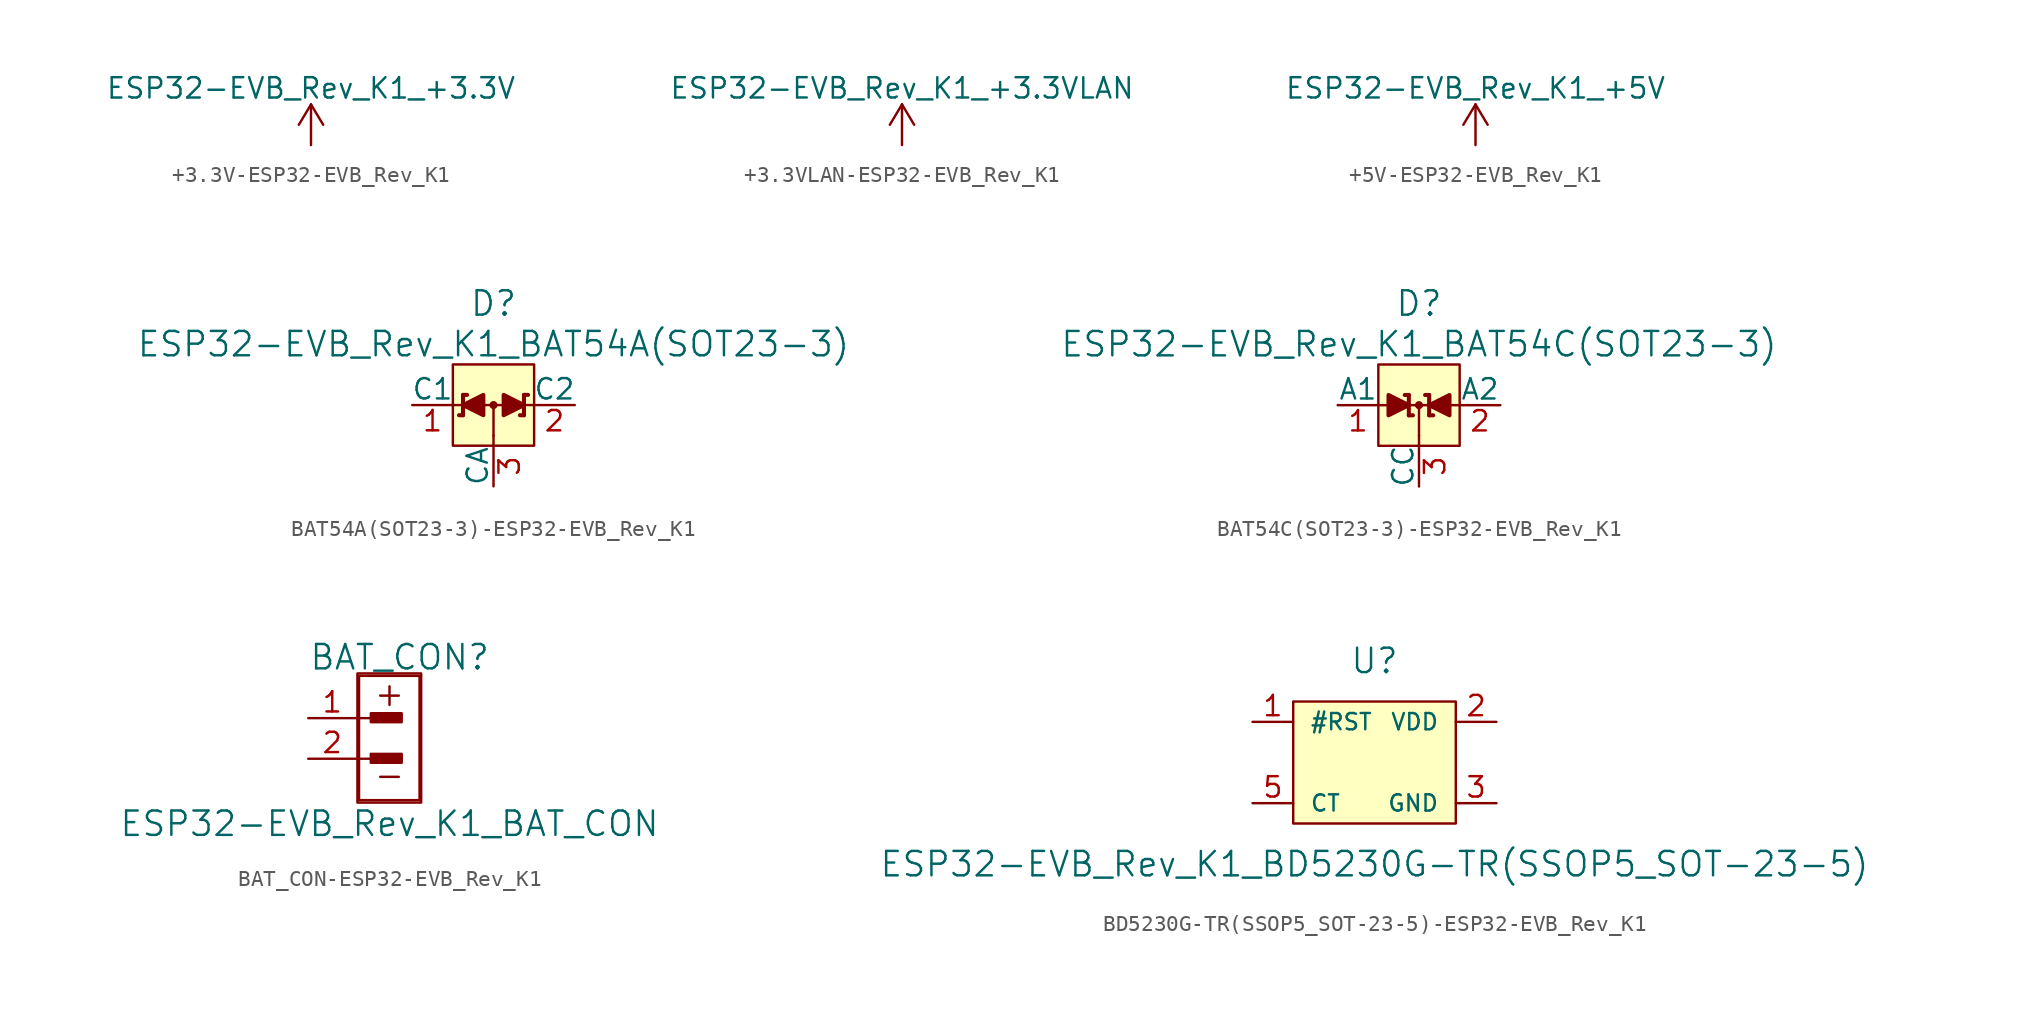
<source format=kicad_sym>
(kicad_symbol_lib
  (version 20231120)
  (generator "kicad_symbol_editor")
  (generator_version "8.0")
  (symbol "+3.3V-ESP32-EVB_Rev_K1"
    (power)
    (pin_names
      (offset 0))
    (property "Reference" "#PWR"
      (at 0 -3.81 0)
      (effects (font (size 1.27 1.27)) (hide yes)))
    (property "Value" "ESP32-EVB_Rev_K1_+3.3V"
      (at 0 3.556 0)
      (effects (font (size 1.27 1.27))))
    (property "Footprint" ""
      (at 0 0 0)
      (effects (font (size 1.524 1.524))))
    (property "Datasheet" ""
      (at 0 0 0)
      (effects (font (size 1.524 1.524))))
    (symbol "+3.3V-ESP32-EVB_Rev_K1_0_1"
      (polyline (pts (xy -0.762 1.27) (xy 0 2.54)) (stroke (width 0) (type solid)) (fill (type none)))
      (polyline (pts (xy 0 0) (xy 0 2.54)) (stroke (width 0) (type solid)) (fill (type none)))
      (polyline (pts (xy 0 2.54) (xy 0.762 1.27)) (stroke (width 0) (type solid)) (fill (type none))))
    (symbol "+3.3V-ESP32-EVB_Rev_K1_1_1"
      (pin power_in line (at 0 0 90) (length 0) hide (name "+3.3V" (effects (font (size 1.27 1.27)))) (number "1" (effects (font (size 1.27 1.27)))))))
  (symbol "+3.3VLAN-ESP32-EVB_Rev_K1"
    (power)
    (pin_names
      (offset 0))
    (property "Reference" "#PWR"
      (at 0 -3.81 0)
      (effects (font (size 1.27 1.27)) (hide yes)))
    (property "Value" "ESP32-EVB_Rev_K1_+3.3VLAN"
      (at 0 3.556 0)
      (effects (font (size 1.27 1.27))))
    (property "Footprint" ""
      (at 0 0 0)
      (effects (font (size 1.524 1.524))))
    (property "Datasheet" ""
      (at 0 0 0)
      (effects (font (size 1.524 1.524))))
    (symbol "+3.3VLAN-ESP32-EVB_Rev_K1_0_1"
      (polyline (pts (xy -0.762 1.27) (xy 0 2.54)) (stroke (width 0) (type solid)) (fill (type none)))
      (polyline (pts (xy 0 0) (xy 0 2.54)) (stroke (width 0) (type solid)) (fill (type none)))
      (polyline (pts (xy 0 2.54) (xy 0.762 1.27)) (stroke (width 0) (type solid)) (fill (type none))))
    (symbol "+3.3VLAN-ESP32-EVB_Rev_K1_1_1"
      (pin power_in line (at 0 0 90) (length 0) hide (name "+3.3VLAN" (effects (font (size 1.27 1.27)))) (number "1" (effects (font (size 1.27 1.27)))))))
  (symbol "+5V-ESP32-EVB_Rev_K1"
    (power)
    (pin_names
      (offset 0))
    (property "Reference" "#PWR"
      (at 0 -3.81 0)
      (effects (font (size 1.27 1.27)) (hide yes)))
    (property "Value" "ESP32-EVB_Rev_K1_+5V"
      (at 0 3.556 0)
      (effects (font (size 1.27 1.27))))
    (property "Footprint" ""
      (at 0 0 0)
      (effects (font (size 1.524 1.524))))
    (property "Datasheet" ""
      (at 0 0 0)
      (effects (font (size 1.524 1.524))))
    (symbol "+5V-ESP32-EVB_Rev_K1_0_1"
      (polyline (pts (xy -0.762 1.27) (xy 0 2.54)) (stroke (width 0) (type solid)) (fill (type none)))
      (polyline (pts (xy 0 0) (xy 0 2.54)) (stroke (width 0) (type solid)) (fill (type none)))
      (polyline (pts (xy 0 2.54) (xy 0.762 1.27)) (stroke (width 0) (type solid)) (fill (type none))))
    (symbol "+5V-ESP32-EVB_Rev_K1_1_1"
      (pin power_in line (at 0 0 90) (length 0) hide (name "+5V" (effects (font (size 1.27 1.27)))) (number "1" (effects (font (size 1.27 1.27)))))))
  (symbol "BAT54A(SOT23-3)-ESP32-EVB_Rev_K1"
    (pin_names
      (offset 0))
    (property "Reference" "D"
      (at 0 6.35 0)
      (effects (font (size 1.524 1.524))))
    (property "Value" "ESP32-EVB_Rev_K1_BAT54A(SOT23-3)"
      (at 0 3.81 0)
      (effects (font (size 1.524 1.524))))
    (symbol "BAT54A(SOT23-3)-ESP32-EVB_Rev_K1_0_1"
      (polyline (pts (xy -2.54 0) (xy 2.54 0)) (stroke (width 0) (type solid)) (fill (type none)))
      (polyline (pts (xy -1.905 -0.635) (xy -2.159 -0.635)) (stroke (width 0.254) (type solid)) (fill (type none)))
      (polyline (pts (xy -1.905 0.635) (xy -1.905 -0.635)) (stroke (width 0.254) (type solid)) (fill (type none)))
      (polyline (pts (xy -1.651 0.635) (xy -1.905 0.635)) (stroke (width 0.254) (type solid)) (fill (type none)))
      (polyline (pts (xy 0 -1.905) (xy 0 -2.54)) (stroke (width 0) (type solid)) (fill (type none)))
      (polyline (pts (xy 0 0) (xy 0 -1.905)) (stroke (width 0) (type solid)) (fill (type none)))
      (polyline (pts (xy 1.905 -0.635) (xy 1.651 -0.635)) (stroke (width 0.254) (type solid)) (fill (type none)))
      (polyline (pts (xy 1.905 0.635) (xy 1.905 -0.635)) (stroke (width 0.254) (type solid)) (fill (type none)))
      (polyline (pts (xy 2.159 0.635) (xy 1.905 0.635)) (stroke (width 0.254) (type solid)) (fill (type none)))
      (polyline (pts (xy -0.635 0.635) (xy -0.635 -0.635) (xy -1.905 0) (xy -0.635 0.635)) (stroke (width 0.254) (type solid)) (fill (type outline)))
      (polyline (pts (xy 0.635 0.635) (xy 0.635 -0.635) (xy 1.905 0) (xy 0.635 0.635)) (stroke (width 0.254) (type solid)) (fill (type outline)))
      (polyline (pts (xy -2.54 2.54) (xy 2.54 2.54) (xy 2.54 -2.54) (xy -2.54 -2.54) (xy -2.54 2.54)) (stroke (width 0) (type solid)) (fill (type background)))
      (circle (center 0 0) (radius 0.127) (stroke (width 0.254) (type solid)) (fill (type none))))
    (symbol "BAT54A(SOT23-3)-ESP32-EVB_Rev_K1_1_1"
      (pin passive line (at -5.08 0 0) (length 2.54) (name "C1" (effects (font (size 1.27 1.27)))) (number "1" (effects (font (size 1.27 1.27)))))
      (pin passive line (at 5.08 0 180) (length 2.54) (name "C2" (effects (font (size 1.27 1.27)))) (number "2" (effects (font (size 1.27 1.27)))))
      (pin passive line (at 0 -5.08 90) (length 2.54) (name "CA" (effects (font (size 1.27 1.27)))) (number "3" (effects (font (size 1.27 1.27)))))))
  (symbol "BAT54C(SOT23-3)-ESP32-EVB_Rev_K1"
    (pin_names
      (offset 0))
    (property "Reference" "D"
      (at 0 6.35 0)
      (effects (font (size 1.524 1.524))))
    (property "Value" "ESP32-EVB_Rev_K1_BAT54C(SOT23-3)"
      (at 0 3.81 0)
      (effects (font (size 1.524 1.524))))
    (symbol "BAT54C(SOT23-3)-ESP32-EVB_Rev_K1_0_1"
      (polyline (pts (xy -2.54 0) (xy 2.54 0)) (stroke (width 0) (type solid)) (fill (type none)))
      (polyline (pts (xy -0.889 0.635) (xy -0.635 0.635)) (stroke (width 0.254) (type solid)) (fill (type none)))
      (polyline (pts (xy -0.635 -0.635) (xy -0.381 -0.635)) (stroke (width 0.254) (type solid)) (fill (type none)))
      (polyline (pts (xy -0.635 0.635) (xy -0.635 -0.635)) (stroke (width 0.254) (type solid)) (fill (type none)))
      (polyline (pts (xy 0 -1.905) (xy 0 -2.54)) (stroke (width 0) (type solid)) (fill (type none)))
      (polyline (pts (xy 0 0) (xy 0 -1.905)) (stroke (width 0) (type solid)) (fill (type none)))
      (polyline (pts (xy 0.381 0.635) (xy 0.635 0.635)) (stroke (width 0.254) (type solid)) (fill (type none)))
      (polyline (pts (xy 0.635 -0.635) (xy 0.889 -0.635)) (stroke (width 0.254) (type solid)) (fill (type none)))
      (polyline (pts (xy 0.635 0.635) (xy 0.635 -0.635)) (stroke (width 0.254) (type solid)) (fill (type none)))
      (polyline (pts (xy -1.905 0.635) (xy -1.905 -0.635) (xy -0.635 0) (xy -1.905 0.635)) (stroke (width 0.254) (type solid)) (fill (type outline)))
      (polyline (pts (xy 1.905 0.635) (xy 1.905 -0.635) (xy 0.635 0) (xy 1.905 0.635)) (stroke (width 0.254) (type solid)) (fill (type outline)))
      (polyline (pts (xy -2.54 2.54) (xy 2.54 2.54) (xy 2.54 -2.54) (xy -2.54 -2.54) (xy -2.54 2.54)) (stroke (width 0) (type solid)) (fill (type background)))
      (circle (center 0 0) (radius 0.127) (stroke (width 0.254) (type solid)) (fill (type none))))
    (symbol "BAT54C(SOT23-3)-ESP32-EVB_Rev_K1_1_1"
      (pin passive line (at -5.08 0 0) (length 2.54) (name "A1" (effects (font (size 1.27 1.27)))) (number "1" (effects (font (size 1.27 1.27)))))
      (pin passive line (at 5.08 0 180) (length 2.54) (name "A2" (effects (font (size 1.27 1.27)))) (number "2" (effects (font (size 1.27 1.27)))))
      (pin passive line (at 0 -5.08 90) (length 2.54) (name "CC" (effects (font (size 1.27 1.27)))) (number "3" (effects (font (size 1.27 1.27)))))))
  (symbol "BAT_CON-ESP32-EVB_Rev_K1"
    (pin_names
      (offset 1.016))
    (property "Reference" "BAT_CON"
      (at 0.635 5.08 0)
      (effects (font (size 1.524 1.524))))
    (property "Value" "ESP32-EVB_Rev_K1_BAT_CON"
      (at 0 -5.334 0)
      (effects (font (size 1.524 1.524))))
    (property "Footprint" ""
      (at 0 0 0)
      (effects (font (size 1.524 1.524))))
    (property "Datasheet" ""
      (at 0 0 0)
      (effects (font (size 1.524 1.524))))
    (symbol "BAT_CON-ESP32-EVB_Rev_K1_0_0"
      (rectangle (start -2.007 4.064) (end 1.981 -4.013) (stroke (width 0) (type solid)) (fill (type none)))
      (rectangle (start -1.905 3.912) (end 1.88 -3.861) (stroke (width 0) (type solid)) (fill (type none)))
      (rectangle (start -1.168 -0.965) (end 0.762 -1.524) (stroke (width 0) (type solid)) (fill (type none)))
      (rectangle (start -1.168 1.575) (end 0.762 1.016) (stroke (width 0) (type solid)) (fill (type none)))
      (rectangle (start -1.041 1.372) (end 0.635 1.168) (stroke (width 0) (type solid)) (fill (type none)))
      (rectangle (start -0.94 -1.143) (end 0.737 -1.346) (stroke (width 0) (type solid)) (fill (type none)))
      (polyline (pts (xy -1.905 -1.27) (xy -1.143 -1.27)) (stroke (width 0) (type solid)) (fill (type none)))
      (polyline (pts (xy -1.905 1.27) (xy -1.143 1.27)) (stroke (width 0) (type solid)) (fill (type none)))
      (rectangle (start 0.686 1.245) (end -0.965 1.346) (stroke (width 0) (type solid)) (fill (type none)))
      (rectangle (start 0.711 -1.321) (end -0.94 -1.219) (stroke (width 0) (type solid)) (fill (type none)))
      (rectangle (start 0.711 1.118) (end -1.067 1.473) (stroke (width 0) (type solid)) (fill (type none)))
      (rectangle (start 0.737 -1.422) (end -1.041 -1.067) (stroke (width 0) (type solid)) (fill (type none)))
      (text "+" (at 0 2.794 0) (effects (font (size 1.524 1.524))))
      (text "-" (at 0 -2.286 0) (effects (font (size 1.524 1.524)))))
    (symbol "BAT_CON-ESP32-EVB_Rev_K1_1_1"
      (pin passive line (at -5.08 1.27 0) (length 2.997) (name "~" (effects (font (size 1.27 1.27)))) (number "1" (effects (font (size 1.27 1.27)))))
      (pin passive line (at -5.08 -1.27 0) (length 2.997) (name "~" (effects (font (size 1.27 1.27)))) (number "2" (effects (font (size 1.27 1.27)))))))
  (symbol "BD5230G-TR(SSOP5_SOT-23-5)-ESP32-EVB_Rev_K1"
    (pin_names
      (offset 1.016))
    (property "Reference" "U"
      (at 0 6.35 0)
      (effects (font (size 1.524 1.524))))
    (property "Value" "ESP32-EVB_Rev_K1_BD5230G-TR(SSOP5_SOT-23-5)"
      (at 0 -6.35 0)
      (effects (font (size 1.524 1.524))))
    (symbol "BD5230G-TR(SSOP5_SOT-23-5)-ESP32-EVB_Rev_K1_0_1"
      (rectangle (start -5.08 3.81) (end 5.08 -3.81) (stroke (width 0) (type solid)) (fill (type background))))
    (symbol "BD5230G-TR(SSOP5_SOT-23-5)-ESP32-EVB_Rev_K1_1_1"
      (pin open_collector line (at -7.62 2.54 0) (length 2.54) (name "#RST" (effects (font (size 1.016 1.016)))) (number "1" (effects (font (size 1.27 1.27)))))
      (pin power_in line (at 7.62 2.54 180) (length 2.54) (name "VDD" (effects (font (size 1.016 1.016)))) (number "2" (effects (font (size 1.27 1.27)))))
      (pin power_in line (at 7.62 -2.54 180) (length 2.54) (name "GND" (effects (font (size 1.016 1.016)))) (number "3" (effects (font (size 1.27 1.27)))))
      (pin passive line (at -7.62 -2.54 0) (length 2.54) (name "CT" (effects (font (size 1.016 1.016)))) (number "5" (effects (font (size 1.27 1.27))))))))
</source>
